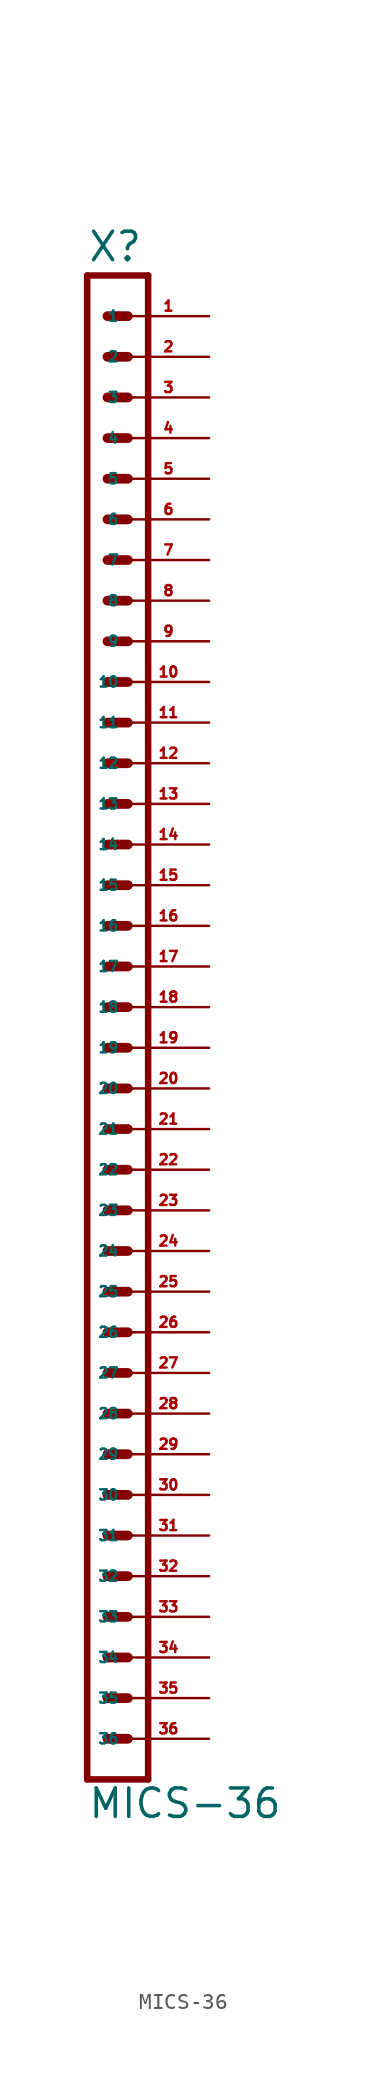
<source format=kicad_sym>
(kicad_symbol_lib
  (version 20220914)
  (generator Eagle2Kicad)
  (symbol "MICS-36"
    (property "Reference" "X"
      (at -2.54 46.482 0)
      (effects (font (size 1.778 1.778) (thickness 0.22)) (justify left bottom)))
    (property "Value" "MICS-36"
      (at -2.54 -50.8 0)
      (effects (font (size 1.778 1.778) (thickness 0.22)) (justify left bottom)))
    (polyline
      (pts (xy 1.27 -48.26) (xy -2.54 -48.26))
      (stroke (width 0.406) (type default))
      (fill (type none)))
    (polyline
      (pts (xy -1.27 40.64) (xy 0 40.64))
      (stroke (width 0.61) (type default))
      (fill (type none)))
    (polyline
      (pts (xy -1.27 38.1) (xy 0 38.1))
      (stroke (width 0.61) (type default))
      (fill (type none)))
    (polyline
      (pts (xy -1.27 35.56) (xy 0 35.56))
      (stroke (width 0.61) (type default))
      (fill (type none)))
    (polyline
      (pts (xy -2.54 45.72) (xy -2.54 -48.26))
      (stroke (width 0.406) (type default))
      (fill (type none)))
    (polyline
      (pts (xy 1.27 -48.26) (xy 1.27 45.72))
      (stroke (width 0.406) (type default))
      (fill (type none)))
    (polyline
      (pts (xy -2.54 45.72) (xy 1.27 45.72))
      (stroke (width 0.406) (type default))
      (fill (type none)))
    (polyline
      (pts (xy -1.27 43.18) (xy 0 43.18))
      (stroke (width 0.61) (type default))
      (fill (type none)))
    (polyline
      (pts (xy -1.27 33.02) (xy 0 33.02))
      (stroke (width 0.61) (type default))
      (fill (type none)))
    (polyline
      (pts (xy -1.27 30.48) (xy 0 30.48))
      (stroke (width 0.61) (type default))
      (fill (type none)))
    (polyline
      (pts (xy -1.27 27.94) (xy 0 27.94))
      (stroke (width 0.61) (type default))
      (fill (type none)))
    (polyline
      (pts (xy -1.27 25.4) (xy 0 25.4))
      (stroke (width 0.61) (type default))
      (fill (type none)))
    (polyline
      (pts (xy -1.27 22.86) (xy 0 22.86))
      (stroke (width 0.61) (type default))
      (fill (type none)))
    (polyline
      (pts (xy -1.27 20.32) (xy 0 20.32))
      (stroke (width 0.61) (type default))
      (fill (type none)))
    (polyline
      (pts (xy -1.27 17.78) (xy 0 17.78))
      (stroke (width 0.61) (type default))
      (fill (type none)))
    (polyline
      (pts (xy -1.27 15.24) (xy 0 15.24))
      (stroke (width 0.61) (type default))
      (fill (type none)))
    (polyline
      (pts (xy -1.27 12.7) (xy 0 12.7))
      (stroke (width 0.61) (type default))
      (fill (type none)))
    (polyline
      (pts (xy -1.27 10.16) (xy 0 10.16))
      (stroke (width 0.61) (type default))
      (fill (type none)))
    (polyline
      (pts (xy -1.27 7.62) (xy 0 7.62))
      (stroke (width 0.61) (type default))
      (fill (type none)))
    (polyline
      (pts (xy -1.27 5.08) (xy 0 5.08))
      (stroke (width 0.61) (type default))
      (fill (type none)))
    (polyline
      (pts (xy -1.27 2.54) (xy 0 2.54))
      (stroke (width 0.61) (type default))
      (fill (type none)))
    (polyline
      (pts (xy -1.27 0) (xy 0 0))
      (stroke (width 0.61) (type default))
      (fill (type none)))
    (polyline
      (pts (xy -1.27 -2.54) (xy 0 -2.54))
      (stroke (width 0.61) (type default))
      (fill (type none)))
    (polyline
      (pts (xy -1.27 -5.08) (xy 0 -5.08))
      (stroke (width 0.61) (type default))
      (fill (type none)))
    (polyline
      (pts (xy -1.27 -7.62) (xy 0 -7.62))
      (stroke (width 0.61) (type default))
      (fill (type none)))
    (polyline
      (pts (xy -1.27 -10.16) (xy 0 -10.16))
      (stroke (width 0.61) (type default))
      (fill (type none)))
    (polyline
      (pts (xy -1.27 -12.7) (xy 0 -12.7))
      (stroke (width 0.61) (type default))
      (fill (type none)))
    (polyline
      (pts (xy -1.27 -15.24) (xy 0 -15.24))
      (stroke (width 0.61) (type default))
      (fill (type none)))
    (polyline
      (pts (xy -1.27 -17.78) (xy 0 -17.78))
      (stroke (width 0.61) (type default))
      (fill (type none)))
    (polyline
      (pts (xy -1.27 -20.32) (xy 0 -20.32))
      (stroke (width 0.61) (type default))
      (fill (type none)))
    (polyline
      (pts (xy -1.27 -22.86) (xy 0 -22.86))
      (stroke (width 0.61) (type default))
      (fill (type none)))
    (polyline
      (pts (xy -1.27 -25.4) (xy 0 -25.4))
      (stroke (width 0.61) (type default))
      (fill (type none)))
    (polyline
      (pts (xy -1.27 -27.94) (xy 0 -27.94))
      (stroke (width 0.61) (type default))
      (fill (type none)))
    (polyline
      (pts (xy -1.27 -30.48) (xy 0 -30.48))
      (stroke (width 0.61) (type default))
      (fill (type none)))
    (polyline
      (pts (xy -1.27 -33.02) (xy 0 -33.02))
      (stroke (width 0.61) (type default))
      (fill (type none)))
    (polyline
      (pts (xy -1.27 -35.56) (xy 0 -35.56))
      (stroke (width 0.61) (type default))
      (fill (type none)))
    (polyline
      (pts (xy -1.27 -38.1) (xy 0 -38.1))
      (stroke (width 0.61) (type default))
      (fill (type none)))
    (polyline
      (pts (xy -1.27 -40.64) (xy 0 -40.64))
      (stroke (width 0.61) (type default))
      (fill (type none)))
    (polyline
      (pts (xy -1.27 -43.18) (xy 0 -43.18))
      (stroke (width 0.61) (type default))
      (fill (type none)))
    (polyline
      (pts (xy -1.27 -45.72) (xy 0 -45.72))
      (stroke (width 0.61) (type default))
      (fill (type none)))
    (pin passive line
      (at 5.08 43.18 180)
      (length 5.08)
      (name "1" (effects (font (size 0.635 0.635) (thickness 0.08)) (justify left bottom)))
      (number "1" (effects (font (size 0.635 0.635) (thickness 0.08)) (justify left bottom))))
    (pin passive line
      (at 5.08 40.64 180)
      (length 5.08)
      (name "2" (effects (font (size 0.635 0.635) (thickness 0.08)) (justify left bottom)))
      (number "2" (effects (font (size 0.635 0.635) (thickness 0.08)) (justify left bottom))))
    (pin passive line
      (at 5.08 38.1 180)
      (length 5.08)
      (name "3" (effects (font (size 0.635 0.635) (thickness 0.08)) (justify left bottom)))
      (number "3" (effects (font (size 0.635 0.635) (thickness 0.08)) (justify left bottom))))
    (pin passive line
      (at 5.08 35.56 180)
      (length 5.08)
      (name "4" (effects (font (size 0.635 0.635) (thickness 0.08)) (justify left bottom)))
      (number "4" (effects (font (size 0.635 0.635) (thickness 0.08)) (justify left bottom))))
    (pin passive line
      (at 5.08 33.02 180)
      (length 5.08)
      (name "5" (effects (font (size 0.635 0.635) (thickness 0.08)) (justify left bottom)))
      (number "5" (effects (font (size 0.635 0.635) (thickness 0.08)) (justify left bottom))))
    (pin passive line
      (at 5.08 30.48 180)
      (length 5.08)
      (name "6" (effects (font (size 0.635 0.635) (thickness 0.08)) (justify left bottom)))
      (number "6" (effects (font (size 0.635 0.635) (thickness 0.08)) (justify left bottom))))
    (pin passive line
      (at 5.08 27.94 180)
      (length 5.08)
      (name "7" (effects (font (size 0.635 0.635) (thickness 0.08)) (justify left bottom)))
      (number "7" (effects (font (size 0.635 0.635) (thickness 0.08)) (justify left bottom))))
    (pin passive line
      (at 5.08 25.4 180)
      (length 5.08)
      (name "8" (effects (font (size 0.635 0.635) (thickness 0.08)) (justify left bottom)))
      (number "8" (effects (font (size 0.635 0.635) (thickness 0.08)) (justify left bottom))))
    (pin passive line
      (at 5.08 22.86 180)
      (length 5.08)
      (name "9" (effects (font (size 0.635 0.635) (thickness 0.08)) (justify left bottom)))
      (number "9" (effects (font (size 0.635 0.635) (thickness 0.08)) (justify left bottom))))
    (pin passive line
      (at 5.08 20.32 180)
      (length 5.08)
      (name "10" (effects (font (size 0.635 0.635) (thickness 0.08)) (justify left bottom)))
      (number "10" (effects (font (size 0.635 0.635) (thickness 0.08)) (justify left bottom))))
    (pin passive line
      (at 5.08 17.78 180)
      (length 5.08)
      (name "11" (effects (font (size 0.635 0.635) (thickness 0.08)) (justify left bottom)))
      (number "11" (effects (font (size 0.635 0.635) (thickness 0.08)) (justify left bottom))))
    (pin passive line
      (at 5.08 15.24 180)
      (length 5.08)
      (name "12" (effects (font (size 0.635 0.635) (thickness 0.08)) (justify left bottom)))
      (number "12" (effects (font (size 0.635 0.635) (thickness 0.08)) (justify left bottom))))
    (pin passive line
      (at 5.08 12.7 180)
      (length 5.08)
      (name "13" (effects (font (size 0.635 0.635) (thickness 0.08)) (justify left bottom)))
      (number "13" (effects (font (size 0.635 0.635) (thickness 0.08)) (justify left bottom))))
    (pin passive line
      (at 5.08 10.16 180)
      (length 5.08)
      (name "14" (effects (font (size 0.635 0.635) (thickness 0.08)) (justify left bottom)))
      (number "14" (effects (font (size 0.635 0.635) (thickness 0.08)) (justify left bottom))))
    (pin passive line
      (at 5.08 7.62 180)
      (length 5.08)
      (name "15" (effects (font (size 0.635 0.635) (thickness 0.08)) (justify left bottom)))
      (number "15" (effects (font (size 0.635 0.635) (thickness 0.08)) (justify left bottom))))
    (pin passive line
      (at 5.08 5.08 180)
      (length 5.08)
      (name "16" (effects (font (size 0.635 0.635) (thickness 0.08)) (justify left bottom)))
      (number "16" (effects (font (size 0.635 0.635) (thickness 0.08)) (justify left bottom))))
    (pin passive line
      (at 5.08 2.54 180)
      (length 5.08)
      (name "17" (effects (font (size 0.635 0.635) (thickness 0.08)) (justify left bottom)))
      (number "17" (effects (font (size 0.635 0.635) (thickness 0.08)) (justify left bottom))))
    (pin passive line
      (at 5.08 0 180)
      (length 5.08)
      (name "18" (effects (font (size 0.635 0.635) (thickness 0.08)) (justify left bottom)))
      (number "18" (effects (font (size 0.635 0.635) (thickness 0.08)) (justify left bottom))))
    (pin passive line
      (at 5.08 -2.54 180)
      (length 5.08)
      (name "19" (effects (font (size 0.635 0.635) (thickness 0.08)) (justify left bottom)))
      (number "19" (effects (font (size 0.635 0.635) (thickness 0.08)) (justify left bottom))))
    (pin passive line
      (at 5.08 -5.08 180)
      (length 5.08)
      (name "20" (effects (font (size 0.635 0.635) (thickness 0.08)) (justify left bottom)))
      (number "20" (effects (font (size 0.635 0.635) (thickness 0.08)) (justify left bottom))))
    (pin passive line
      (at 5.08 -7.62 180)
      (length 5.08)
      (name "21" (effects (font (size 0.635 0.635) (thickness 0.08)) (justify left bottom)))
      (number "21" (effects (font (size 0.635 0.635) (thickness 0.08)) (justify left bottom))))
    (pin passive line
      (at 5.08 -10.16 180)
      (length 5.08)
      (name "22" (effects (font (size 0.635 0.635) (thickness 0.08)) (justify left bottom)))
      (number "22" (effects (font (size 0.635 0.635) (thickness 0.08)) (justify left bottom))))
    (pin passive line
      (at 5.08 -12.7 180)
      (length 5.08)
      (name "23" (effects (font (size 0.635 0.635) (thickness 0.08)) (justify left bottom)))
      (number "23" (effects (font (size 0.635 0.635) (thickness 0.08)) (justify left bottom))))
    (pin passive line
      (at 5.08 -15.24 180)
      (length 5.08)
      (name "24" (effects (font (size 0.635 0.635) (thickness 0.08)) (justify left bottom)))
      (number "24" (effects (font (size 0.635 0.635) (thickness 0.08)) (justify left bottom))))
    (pin passive line
      (at 5.08 -17.78 180)
      (length 5.08)
      (name "25" (effects (font (size 0.635 0.635) (thickness 0.08)) (justify left bottom)))
      (number "25" (effects (font (size 0.635 0.635) (thickness 0.08)) (justify left bottom))))
    (pin passive line
      (at 5.08 -20.32 180)
      (length 5.08)
      (name "26" (effects (font (size 0.635 0.635) (thickness 0.08)) (justify left bottom)))
      (number "26" (effects (font (size 0.635 0.635) (thickness 0.08)) (justify left bottom))))
    (pin passive line
      (at 5.08 -22.86 180)
      (length 5.08)
      (name "27" (effects (font (size 0.635 0.635) (thickness 0.08)) (justify left bottom)))
      (number "27" (effects (font (size 0.635 0.635) (thickness 0.08)) (justify left bottom))))
    (pin passive line
      (at 5.08 -25.4 180)
      (length 5.08)
      (name "28" (effects (font (size 0.635 0.635) (thickness 0.08)) (justify left bottom)))
      (number "28" (effects (font (size 0.635 0.635) (thickness 0.08)) (justify left bottom))))
    (pin passive line
      (at 5.08 -27.94 180)
      (length 5.08)
      (name "29" (effects (font (size 0.635 0.635) (thickness 0.08)) (justify left bottom)))
      (number "29" (effects (font (size 0.635 0.635) (thickness 0.08)) (justify left bottom))))
    (pin passive line
      (at 5.08 -30.48 180)
      (length 5.08)
      (name "30" (effects (font (size 0.635 0.635) (thickness 0.08)) (justify left bottom)))
      (number "30" (effects (font (size 0.635 0.635) (thickness 0.08)) (justify left bottom))))
    (pin passive line
      (at 5.08 -33.02 180)
      (length 5.08)
      (name "31" (effects (font (size 0.635 0.635) (thickness 0.08)) (justify left bottom)))
      (number "31" (effects (font (size 0.635 0.635) (thickness 0.08)) (justify left bottom))))
    (pin passive line
      (at 5.08 -35.56 180)
      (length 5.08)
      (name "32" (effects (font (size 0.635 0.635) (thickness 0.08)) (justify left bottom)))
      (number "32" (effects (font (size 0.635 0.635) (thickness 0.08)) (justify left bottom))))
    (pin passive line
      (at 5.08 -38.1 180)
      (length 5.08)
      (name "33" (effects (font (size 0.635 0.635) (thickness 0.08)) (justify left bottom)))
      (number "33" (effects (font (size 0.635 0.635) (thickness 0.08)) (justify left bottom))))
    (pin passive line
      (at 5.08 -40.64 180)
      (length 5.08)
      (name "34" (effects (font (size 0.635 0.635) (thickness 0.08)) (justify left bottom)))
      (number "34" (effects (font (size 0.635 0.635) (thickness 0.08)) (justify left bottom))))
    (pin passive line
      (at 5.08 -43.18 180)
      (length 5.08)
      (name "35" (effects (font (size 0.635 0.635) (thickness 0.08)) (justify left bottom)))
      (number "35" (effects (font (size 0.635 0.635) (thickness 0.08)) (justify left bottom))))
    (pin passive line
      (at 5.08 -45.72 180)
      (length 5.08)
      (name "36" (effects (font (size 0.635 0.635) (thickness 0.08)) (justify left bottom)))
      (number "36" (effects (font (size 0.635 0.635) (thickness 0.08)) (justify left bottom))))))
</source>
